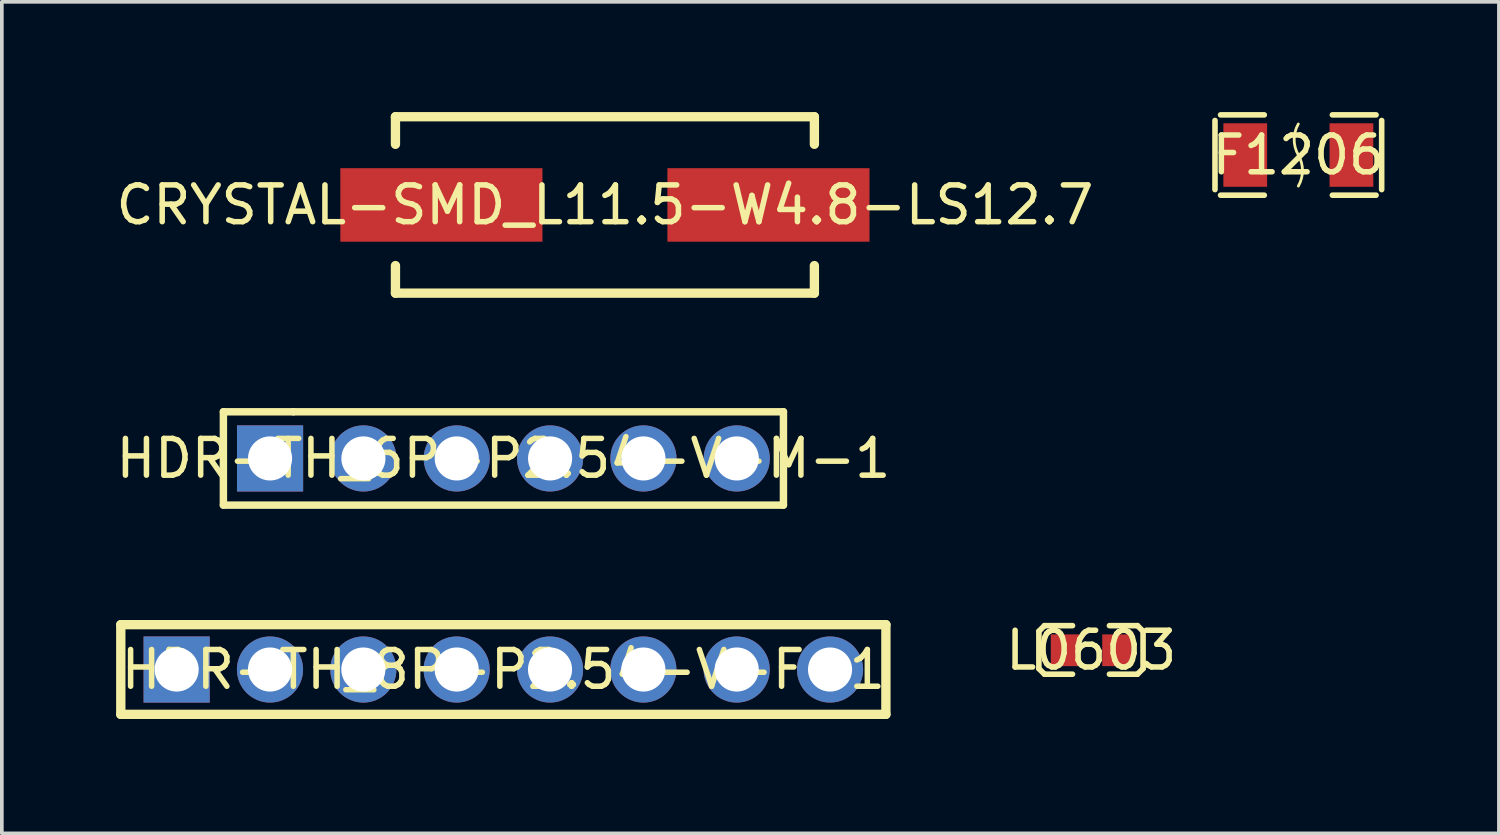
<source format=kicad_pcb>
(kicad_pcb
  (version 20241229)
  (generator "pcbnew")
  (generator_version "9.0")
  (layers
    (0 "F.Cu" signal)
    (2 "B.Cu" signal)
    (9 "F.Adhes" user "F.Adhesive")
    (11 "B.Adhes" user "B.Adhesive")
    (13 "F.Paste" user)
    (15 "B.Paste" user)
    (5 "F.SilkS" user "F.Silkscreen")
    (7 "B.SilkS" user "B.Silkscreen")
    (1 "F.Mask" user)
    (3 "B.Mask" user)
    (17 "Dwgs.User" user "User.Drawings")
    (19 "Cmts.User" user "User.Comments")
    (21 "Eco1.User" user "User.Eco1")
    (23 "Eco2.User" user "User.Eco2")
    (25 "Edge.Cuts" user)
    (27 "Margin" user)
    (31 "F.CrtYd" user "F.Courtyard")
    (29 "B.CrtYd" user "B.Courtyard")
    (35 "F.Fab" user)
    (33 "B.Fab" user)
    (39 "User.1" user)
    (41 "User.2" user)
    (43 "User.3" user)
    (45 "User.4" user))
  (footprint "L0603"
    (layer "F.Cu")
    (at 26.644 14.645)
    (property "Reference" "L0603" (at 0 0 0) (unlocked yes) (layer "F.SilkS") (effects (font (size 1 1) (thickness 0.15))))
    (fp_line (start -1.424 -0.517) (end -1.272 -0.67) (stroke (width 0.152) (type default)) (layer "F.SilkS"))
    (fp_line (start -1.424 0.499) (end -1.424 -0.517) (stroke (width 0.152) (type default)) (layer "F.SilkS"))
    (fp_line (start -1.272 -0.67) (end -0.509 -0.67) (stroke (width 0.152) (type default)) (layer "F.SilkS"))
    (fp_line (start -1.272 0.651) (end -1.424 0.499) (stroke (width 0.152) (type default)) (layer "F.SilkS"))
    (fp_line (start -1.272 0.651) (end -0.509 0.651) (stroke (width 0.152) (type default)) (layer "F.SilkS"))
    (fp_line (start 1.258 -0.67) (end 0.496 -0.67) (stroke (width 0.152) (type default)) (layer "F.SilkS"))
    (fp_line (start 1.258 -0.67) (end 1.411 -0.517) (stroke (width 0.152) (type default)) (layer "F.SilkS"))
    (fp_line (start 1.258 0.651) (end 0.496 0.651) (stroke (width 0.152) (type default)) (layer "F.SilkS"))
    (fp_line (start 1.411 -0.517) (end 1.411 0.499) (stroke (width 0.152) (type default)) (layer "F.SilkS"))
    (fp_line (start 1.411 0.499) (end 1.258 0.651) (stroke (width 0.152) (type default)) (layer "F.SilkS"))
    (fp_poly (pts (xy -0.252 -0.143) (xy -0.252 0.134) (xy -0.526 0.427) (xy -1.029 0.427) (xy -1.093 0.363) (xy -1.093 -0.372) (xy -1.029 -0.436) (xy -0.526 -0.436)) (stroke (width 0) (type default)) (fill yes) (layer "F.Paste"))
    (fp_poly (pts (xy 0.264 -0.154) (xy 0.264 0.122) (xy 0.538 0.416) (xy 1.042 0.416) (xy 1.105 0.352) (xy 1.105 -0.384) (xy 1.042 -0.448) (xy 0.538 -0.448)) (stroke (width 0) (type default)) (fill yes) (layer "F.Paste"))
    (fp_poly (pts (xy -0.5 0.4) (xy -0.8 0.4) (xy -0.8 -0.4) (xy -0.5 -0.4)) (stroke (width 0.1) (type default)) (fill no) (layer "User.1"))
    (fp_poly (pts (xy 0.8 0.4) (xy 0.5 0.4) (xy 0.5 -0.4) (xy 0.8 -0.4)) (stroke (width 0.1) (type default)) (fill no) (layer "User.1"))
    (fp_line (start -0.8 -0.4) (end 0.8 -0.4) (stroke (width 0.051) (type default)) (layer "User.2"))
    (fp_line (start -0.8 0.4) (end -0.8 -0.4) (stroke (width 0.051) (type default)) (layer "User.2"))
    (fp_line (start 0.8 -0.4) (end 0.8 0.4) (stroke (width 0.051) (type default)) (layer "User.2"))
    (fp_line (start 0.8 0.4) (end -0.8 0.4) (stroke (width 0.051) (type default)) (layer "User.2"))
    (fp_poly (pts (xy -0.74 0.4) (xy -0.758 0.358) (xy -0.8 0.34) (xy -0.842 0.358) (xy -0.86 0.4) (xy -0.842 0.442) (xy -0.8 0.46) (xy -0.758 0.442)) (stroke (width 0.1) (type default)) (fill no) (layer "User.3"))
    (pad "1" smd rect (at -0.7 0 180) (size 0.8 0.864) (layers "F.Cu" "F.Mask" "F.Paste"))
    (pad "2" smd rect (at 0.7 0 180) (size 0.8 0.864) (layers "F.Cu" "F.Mask" "F.Paste")))
  (footprint "CRYSTAL-SMD_L11.5-W4.8-LS12.7"
    (layer "F.Cu")
    (at 13.411 2.527)
    (property "Reference" "CRYSTAL-SMD_L11.5-W4.8-LS12.7" (at 0 0 0) (unlocked yes) (layer "F.SilkS") (effects (font (size 1 1) (thickness 0.15))))
    (fp_line (start -5.7 -2.4) (end -5.7 -1.65) (stroke (width 0.254) (type default)) (layer "F.SilkS"))
    (fp_line (start -5.7 2.4) (end -5.7 1.65) (stroke (width 0.254) (type default)) (layer "F.SilkS"))
    (fp_line (start 5.7 -2.4) (end -5.7 -2.4) (stroke (width 0.254) (type default)) (layer "F.SilkS"))
    (fp_line (start 5.7 -1.65) (end 5.7 -2.4) (stroke (width 0.254) (type default)) (layer "F.SilkS"))
    (fp_line (start 5.7 1.65) (end 5.7 2.4) (stroke (width 0.254) (type default)) (layer "F.SilkS"))
    (fp_line (start 5.7 2.4) (end -5.7 2.4) (stroke (width 0.254) (type default)) (layer "F.SilkS"))
    (fp_poly (pts (xy -6.35 -0.4) (xy -1.85 -0.4) (xy -1.85 0.4) (xy -6.35 0.4)) (stroke (width 0.1) (type default)) (fill no) (layer "User.1"))
    (fp_poly (pts (xy 6.35 0.4) (xy 1.85 0.4) (xy 1.85 -0.4) (xy 6.35 -0.4)) (stroke (width 0.1) (type default)) (fill no) (layer "User.1"))
    (fp_line (start -5.75 -2.4) (end 5.75 -2.4) (stroke (width 0.051) (type default)) (layer "User.2"))
    (fp_line (start -5.75 2.4) (end -5.75 -2.4) (stroke (width 0.051) (type default)) (layer "User.2"))
    (fp_line (start 5.75 -2.4) (end 5.75 2.4) (stroke (width 0.051) (type default)) (layer "User.2"))
    (fp_line (start 5.75 2.4) (end -5.75 2.4) (stroke (width 0.051) (type default)) (layer "User.2"))
    (fp_poly (pts (xy -6.29 2.4) (xy -6.308 2.358) (xy -6.35 2.34) (xy -6.392 2.358) (xy -6.41 2.4) (xy -6.392 2.442) (xy -6.35 2.46) (xy -6.308 2.442)) (stroke (width 0.1) (type default)) (fill no) (layer "User.3"))
    (pad "1" smd rect (at -4.45 0) (size 5.5 2) (layers "F.Cu" "F.Mask" "F.Paste"))
    (pad "2" smd rect (at 4.45 0) (size 5.5 2) (layers "F.Cu" "F.Mask" "F.Paste")))
  (footprint "HDR-TH_6P-P2.54-V-M-1"
    (layer "F.Cu")
    (at 10.649 9.425)
    (property "Reference" "HDR-TH_6P-P2.54-V-M-1" (at 0 0 0) (unlocked yes) (layer "F.SilkS") (effects (font (size 1 1) (thickness 0.15))))
    (fp_line (start -7.62 -1.27) (end -7.62 1.27) (stroke (width 0.203) (type default)) (layer "F.SilkS"))
    (fp_line (start -7.62 1.27) (end 7.62 1.27) (stroke (width 0.203) (type default)) (layer "F.SilkS"))
    (fp_line (start -5.715 -1.27) (end -7.62 -1.27) (stroke (width 0.203) (type default)) (layer "F.SilkS"))
    (fp_line (start 7.62 -1.27) (end -5.715 -1.27) (stroke (width 0.203) (type default)) (layer "F.SilkS"))
    (fp_line (start 7.62 1.27) (end 7.62 -1.27) (stroke (width 0.203) (type default)) (layer "F.SilkS"))
    (fp_poly (pts (xy -6.67 -0.32) (xy -6.03 -0.32) (xy -6.03 0.32) (xy -6.67 0.32)) (stroke (width 0.1) (type default)) (fill no) (layer "User.1"))
    (fp_poly (pts (xy -4.13 -0.32) (xy -3.49 -0.32) (xy -3.49 0.32) (xy -4.13 0.32)) (stroke (width 0.1) (type default)) (fill no) (layer "User.1"))
    (fp_poly (pts (xy -1.59 -0.32) (xy -0.95 -0.32) (xy -0.95 0.32) (xy -1.59 0.32)) (stroke (width 0.1) (type default)) (fill no) (layer "User.1"))
    (fp_poly (pts (xy 0.95 -0.32) (xy 1.59 -0.32) (xy 1.59 0.32) (xy 0.95 0.32)) (stroke (width 0.1) (type default)) (fill no) (layer "User.1"))
    (fp_poly (pts (xy 3.49 -0.32) (xy 4.13 -0.32) (xy 4.13 0.32) (xy 3.49 0.32)) (stroke (width 0.1) (type default)) (fill no) (layer "User.1"))
    (fp_poly (pts (xy 6.03 -0.32) (xy 6.67 -0.32) (xy 6.67 0.32) (xy 6.03 0.32)) (stroke (width 0.1) (type default)) (fill no) (layer "User.1"))
    (fp_line (start -7.62 -1.25) (end 7.62 -1.25) (stroke (width 0.051) (type default)) (layer "User.2"))
    (fp_line (start -7.62 1.25) (end -7.62 -1.25) (stroke (width 0.051) (type default)) (layer "User.2"))
    (fp_line (start 7.62 -1.25) (end 7.62 1.25) (stroke (width 0.051) (type default)) (layer "User.2"))
    (fp_line (start 7.62 1.25) (end -7.62 1.25) (stroke (width 0.051) (type default)) (layer "User.2"))
    (fp_poly (pts (xy -7.56 1.25) (xy -7.578 1.208) (xy -7.62 1.19) (xy -7.662 1.208) (xy -7.68 1.25) (xy -7.662 1.292) (xy -7.62 1.31) (xy -7.578 1.292)) (stroke (width 0.1) (type default)) (fill no) (layer "User.3"))
    (pad "1" thru_hole rect (at -6.35 0) (size 1.8 1.8) (drill 1.2) (layers "*.Cu" "*.Mask"))
    (pad "2" thru_hole circle (at -3.81 0) (size 1.8 1.8) (drill 1.2) (layers "*.Cu" "*.Mask"))
    (pad "3" thru_hole circle (at -1.27 0) (size 1.8 1.8) (drill 1.2) (layers "*.Cu" "*.Mask"))
    (pad "4" thru_hole circle (at 1.27 0) (size 1.8 1.8) (drill 1.2) (layers "*.Cu" "*.Mask"))
    (pad "5" thru_hole circle (at 3.81 0) (size 1.8 1.8) (drill 1.2) (layers "*.Cu" "*.Mask"))
    (pad "6" thru_hole circle (at 6.35 0) (size 1.8 1.8) (drill 1.2) (layers "*.Cu" "*.Mask")))
  (footprint "HDR-TH_8P-P2.54-V-F-1"
    (layer "F.Cu")
    (at 10.647 15.169)
    (property "Reference" "HDR-TH_8P-P2.54-V-F-1" (at 0 0 0) (unlocked yes) (layer "F.SilkS") (effects (font (size 1 1) (thickness 0.15))))
    (fp_line (start -10.41 -1.22) (end 10.41 -1.22) (stroke (width 0.254) (type default)) (layer "F.SilkS"))
    (fp_line (start -10.41 1.22) (end -10.41 -1.22) (stroke (width 0.254) (type default)) (layer "F.SilkS"))
    (fp_line (start 10.41 -1.22) (end 10.41 1.22) (stroke (width 0.254) (type default)) (layer "F.SilkS"))
    (fp_line (start 10.41 1.22) (end -10.41 1.22) (stroke (width 0.254) (type default)) (layer "F.SilkS"))
    (fp_poly (pts (xy -8.39 0) (xy -8.41 -0.141) (xy -8.469 -0.27) (xy -8.563 -0.378) (xy -8.682 -0.455) (xy -8.819 -0.495) (xy -8.961 -0.495) (xy -9.098 -0.455) (xy -9.217 -0.378) (xy -9.311 -0.27) (xy -9.37 -0.141) (xy -9.39 0) (xy -9.37 0.141) (xy -9.311 0.27) (xy -9.217 0.378) (xy -9.098 0.455) (xy -8.961 0.495) (xy -8.819 0.495) (xy -8.682 0.455) (xy -8.563 0.378) (xy -8.469 0.27) (xy -8.41 0.141)) (stroke (width 0.1) (type default)) (fill no) (layer "User.1"))
    (fp_poly (pts (xy -5.85 0) (xy -5.87 -0.141) (xy -5.929 -0.27) (xy -6.023 -0.378) (xy -6.142 -0.455) (xy -6.279 -0.495) (xy -6.421 -0.495) (xy -6.558 -0.455) (xy -6.677 -0.378) (xy -6.771 -0.27) (xy -6.83 -0.141) (xy -6.85 0) (xy -6.83 0.141) (xy -6.771 0.27) (xy -6.677 0.378) (xy -6.558 0.455) (xy -6.421 0.495) (xy -6.279 0.495) (xy -6.142 0.455) (xy -6.023 0.378) (xy -5.929 0.27) (xy -5.87 0.141)) (stroke (width 0.1) (type default)) (fill no) (layer "User.1"))
    (fp_poly (pts (xy -3.31 0) (xy -3.33 -0.141) (xy -3.389 -0.27) (xy -3.483 -0.378) (xy -3.602 -0.455) (xy -3.739 -0.495) (xy -3.881 -0.495) (xy -4.018 -0.455) (xy -4.137 -0.378) (xy -4.231 -0.27) (xy -4.29 -0.141) (xy -4.31 0) (xy -4.29 0.141) (xy -4.231 0.27) (xy -4.137 0.378) (xy -4.018 0.455) (xy -3.881 0.495) (xy -3.739 0.495) (xy -3.602 0.455) (xy -3.483 0.378) (xy -3.389 0.27) (xy -3.33 0.141)) (stroke (width 0.1) (type default)) (fill no) (layer "User.1"))
    (fp_poly (pts (xy -0.77 0) (xy -0.79 -0.141) (xy -0.849 -0.27) (xy -0.943 -0.378) (xy -1.062 -0.455) (xy -1.199 -0.495) (xy -1.341 -0.495) (xy -1.478 -0.455) (xy -1.597 -0.378) (xy -1.691 -0.27) (xy -1.75 -0.141) (xy -1.77 0) (xy -1.75 0.141) (xy -1.691 0.27) (xy -1.597 0.378) (xy -1.478 0.455) (xy -1.341 0.495) (xy -1.199 0.495) (xy -1.062 0.455) (xy -0.943 0.378) (xy -0.849 0.27) (xy -0.79 0.141)) (stroke (width 0.1) (type default)) (fill no) (layer "User.1"))
    (fp_poly (pts (xy 1.77 0) (xy 1.75 -0.141) (xy 1.691 -0.27) (xy 1.597 -0.378) (xy 1.478 -0.455) (xy 1.341 -0.495) (xy 1.199 -0.495) (xy 1.062 -0.455) (xy 0.943 -0.378) (xy 0.849 -0.27) (xy 0.79 -0.141) (xy 0.77 0) (xy 0.79 0.141) (xy 0.849 0.27) (xy 0.943 0.378) (xy 1.062 0.455) (xy 1.199 0.495) (xy 1.341 0.495) (xy 1.478 0.455) (xy 1.597 0.378) (xy 1.691 0.27) (xy 1.75 0.141)) (stroke (width 0.1) (type default)) (fill no) (layer "User.1"))
    (fp_poly (pts (xy 4.31 0) (xy 4.29 -0.141) (xy 4.231 -0.27) (xy 4.137 -0.378) (xy 4.018 -0.455) (xy 3.881 -0.495) (xy 3.739 -0.495) (xy 3.602 -0.455) (xy 3.483 -0.378) (xy 3.389 -0.27) (xy 3.33 -0.141) (xy 3.31 0) (xy 3.33 0.141) (xy 3.389 0.27) (xy 3.483 0.378) (xy 3.602 0.455) (xy 3.739 0.495) (xy 3.881 0.495) (xy 4.018 0.455) (xy 4.137 0.378) (xy 4.231 0.27) (xy 4.29 0.141)) (stroke (width 0.1) (type default)) (fill no) (layer "User.1"))
    (fp_poly (pts (xy 6.85 0) (xy 6.83 -0.141) (xy 6.771 -0.27) (xy 6.677 -0.378) (xy 6.558 -0.455) (xy 6.421 -0.495) (xy 6.279 -0.495) (xy 6.142 -0.455) (xy 6.023 -0.378) (xy 5.929 -0.27) (xy 5.87 -0.141) (xy 5.85 0) (xy 5.87 0.141) (xy 5.929 0.27) (xy 6.023 0.378) (xy 6.142 0.455) (xy 6.279 0.495) (xy 6.421 0.495) (xy 6.558 0.455) (xy 6.677 0.378) (xy 6.771 0.27) (xy 6.83 0.141)) (stroke (width 0.1) (type default)) (fill no) (layer "User.1"))
    (fp_poly (pts (xy 9.39 0) (xy 9.37 -0.141) (xy 9.311 -0.27) (xy 9.217 -0.378) (xy 9.098 -0.455) (xy 8.961 -0.495) (xy 8.819 -0.495) (xy 8.682 -0.455) (xy 8.563 -0.378) (xy 8.469 -0.27) (xy 8.41 -0.141) (xy 8.39 0) (xy 8.41 0.141) (xy 8.469 0.27) (xy 8.563 0.378) (xy 8.682 0.455) (xy 8.819 0.495) (xy 8.961 0.495) (xy 9.098 0.455) (xy 9.217 0.378) (xy 9.311 0.27) (xy 9.37 0.141)) (stroke (width 0.1) (type default)) (fill no) (layer "User.1"))
    (fp_line (start -10.537 -1.347) (end 10.537 -1.347) (stroke (width 0.051) (type default)) (layer "User.2"))
    (fp_line (start -10.537 1.347) (end -10.537 -1.347) (stroke (width 0.051) (type default)) (layer "User.2"))
    (fp_line (start 10.537 -1.347) (end 10.537 1.347) (stroke (width 0.051) (type default)) (layer "User.2"))
    (fp_line (start 10.537 1.347) (end -10.537 1.347) (stroke (width 0.051) (type default)) (layer "User.2"))
    (fp_poly (pts (xy -10.477 1.347) (xy -10.495 1.305) (xy -10.537 1.287) (xy -10.579 1.305) (xy -10.597 1.347) (xy -10.579 1.389) (xy -10.537 1.407) (xy -10.495 1.389)) (stroke (width 0.1) (type default)) (fill no) (layer "User.3"))
    (pad "1" thru_hole rect (at -8.89 0) (size 1.8 1.8) (drill 1.2) (layers "*.Cu" "*.Mask"))
    (pad "2" thru_hole circle (at -6.35 0) (size 1.8 1.8) (drill 1.2) (layers "*.Cu" "*.Mask"))
    (pad "3" thru_hole circle (at -3.81 0) (size 1.8 1.8) (drill 1.2) (layers "*.Cu" "*.Mask"))
    (pad "4" thru_hole circle (at -1.27 0) (size 1.8 1.8) (drill 1.2) (layers "*.Cu" "*.Mask"))
    (pad "5" thru_hole circle (at 1.27 0) (size 1.8 1.8) (drill 1.2) (layers "*.Cu" "*.Mask"))
    (pad "6" thru_hole circle (at 3.81 0) (size 1.8 1.8) (drill 1.2) (layers "*.Cu" "*.Mask"))
    (pad "7" thru_hole circle (at 6.35 0) (size 1.8 1.8) (drill 1.2) (layers "*.Cu" "*.Mask"))
    (pad "8" thru_hole circle (at 8.89 0) (size 1.8 1.8) (drill 1.2) (layers "*.Cu" "*.Mask")))
  (footprint "F1206"
    (layer "F.Cu")
    (at 32.28 1.169)
    (property "Reference" "F1206" (at 0 0 0) (unlocked yes) (layer "F.SilkS") (effects (font (size 1 1) (thickness 0.15))))
    (fp_line (start -2.268 -0.94) (end -2.268 0.94) (stroke (width 0.152) (type default)) (layer "F.SilkS"))
    (fp_line (start -2.116 1.093) (end -0.926 1.093) (stroke (width 0.152) (type default)) (layer "F.SilkS"))
    (fp_line (start -0.926 -1.093) (end -2.116 -1.093) (stroke (width 0.152) (type default)) (layer "F.SilkS"))
    (fp_line (start 0.926 -1.093) (end 2.116 -1.093) (stroke (width 0.152) (type default)) (layer "F.SilkS"))
    (fp_line (start 2.116 1.093) (end 0.926 1.093) (stroke (width 0.152) (type default)) (layer "F.SilkS"))
    (fp_line (start 2.268 -0.94) (end 2.268 0.94) (stroke (width 0.152) (type default)) (layer "F.SilkS"))
    (fp_arc (start 0 0) (mid -0.113181 -0.4225) (end 0 -0.845) (stroke (width 0.076) (type default)) (layer "F.SilkS"))
    (fp_arc (start 0 0) (mid 0.113181 0.4225) (end 0 0.845) (stroke (width 0.076) (type default)) (layer "F.SilkS"))
    (fp_poly (pts (xy -1.6 0.8) (xy -1.1 0.8) (xy -1.1 -0.8) (xy -1.6 -0.8)) (stroke (width 0.1) (type default)) (fill no) (layer "User.1"))
    (fp_poly (pts (xy 1.1 0.8) (xy 1.6 0.8) (xy 1.6 -0.8) (xy 1.1 -0.8)) (stroke (width 0.1) (type default)) (fill no) (layer "User.1"))
    (fp_line (start -1.6 -0.8) (end -1.6 0.8) (stroke (width 0.051) (type default)) (layer "User.2"))
    (fp_line (start -1.6 0.8) (end 1.6 0.8) (stroke (width 0.051) (type default)) (layer "User.2"))
    (fp_line (start 1.6 -0.8) (end -1.6 -0.8) (stroke (width 0.051) (type default)) (layer "User.2"))
    (fp_line (start 1.6 0.8) (end 1.6 -0.8) (stroke (width 0.051) (type default)) (layer "User.2"))
    (fp_poly (pts (xy -1.54 0.8) (xy -1.558 0.758) (xy -1.6 0.74) (xy -1.642 0.758) (xy -1.66 0.8) (xy -1.642 0.842) (xy -1.6 0.86) (xy -1.558 0.842)) (stroke (width 0.1) (type default)) (fill no) (layer "User.3"))
    (pad "1" smd rect (at -1.445 0) (size 1.19 1.728) (layers "F.Cu" "F.Mask" "F.Paste"))
    (pad "2" smd rect (at 1.445 0) (size 1.19 1.728) (layers "F.Cu" "F.Mask" "F.Paste")))
  (gr_rect
    (start -3 -3)
    (end 37.738 19.627)
    (stroke (width 0.1) (type default))
    (fill no)
    (layer "Edge.Cuts")))
</source>
